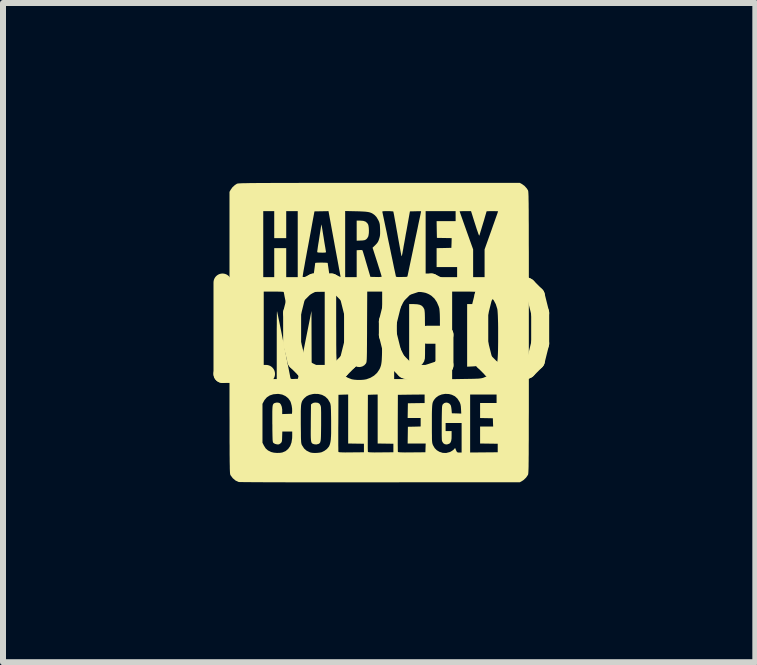
<source format=kicad_pcb>
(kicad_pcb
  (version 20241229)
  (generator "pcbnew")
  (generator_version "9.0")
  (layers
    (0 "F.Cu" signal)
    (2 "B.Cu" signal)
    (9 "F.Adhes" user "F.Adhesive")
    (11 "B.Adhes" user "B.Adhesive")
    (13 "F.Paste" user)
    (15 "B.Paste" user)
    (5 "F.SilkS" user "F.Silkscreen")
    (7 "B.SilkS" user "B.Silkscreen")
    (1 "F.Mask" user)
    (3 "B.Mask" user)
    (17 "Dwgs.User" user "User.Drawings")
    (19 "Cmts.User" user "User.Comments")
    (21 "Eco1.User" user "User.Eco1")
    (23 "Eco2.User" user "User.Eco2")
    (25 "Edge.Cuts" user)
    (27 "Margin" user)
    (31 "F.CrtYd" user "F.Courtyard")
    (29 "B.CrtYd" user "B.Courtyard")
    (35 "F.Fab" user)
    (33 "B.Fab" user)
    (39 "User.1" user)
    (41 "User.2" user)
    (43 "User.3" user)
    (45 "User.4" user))
  (footprint "LOGO"
    (layer "F.Cu")
    (at 3.273 2.496)
    (property "Reference" "LOGO" (at 0 0 0) (layer "F.SilkS") (effects (font (size 1.524 1.524) (thickness 0.3))))
    (attr board_only exclude_from_pos_files exclude_from_bom)
    (fp_poly (pts (xy -0.315 -1.867) (xy -0.265 -1.863) (xy -0.229 -1.851) (xy -0.202 -1.829) (xy -0.186 -1.807) (xy -0.178 -1.781) (xy -0.173 -1.745) (xy -0.171 -1.703) (xy -0.172 -1.66) (xy -0.177 -1.624) (xy -0.184 -1.597) (xy -0.185 -1.596) (xy -0.202 -1.569) (xy -0.22 -1.552) (xy -0.244 -1.541) (xy -0.278 -1.536) (xy -0.305 -1.535) (xy -0.375 -1.532) (xy -0.375 -1.867)) (stroke (width 0) (type solid)) (fill yes) (layer "F.SilkS"))
    (fp_poly (pts (xy -0.964 -1.799) (xy -0.96 -1.785) (xy -0.954 -1.757) (xy -0.947 -1.715) (xy -0.938 -1.658) (xy -0.926 -1.585) (xy -0.925 -1.579) (xy -0.916 -1.52) (xy -0.907 -1.466) (xy -0.899 -1.42) (xy -0.893 -1.383) (xy -0.889 -1.358) (xy -0.887 -1.348) (xy -0.886 -1.341) (xy -0.891 -1.337) (xy -0.906 -1.334) (xy -0.932 -1.333) (xy -0.958 -1.333) (xy -0.994 -1.334) (xy -1.016 -1.335) (xy -1.028 -1.338) (xy -1.033 -1.344) (xy -1.033 -1.348) (xy -1.032 -1.36) (xy -1.028 -1.386) (xy -1.023 -1.424) (xy -1.016 -1.471) (xy -1.007 -1.524) (xy -1 -1.571) (xy -0.991 -1.628) (xy -0.983 -1.681) (xy -0.976 -1.725) (xy -0.971 -1.76) (xy -0.968 -1.783) (xy -0.967 -1.791) (xy -0.966 -1.801)) (stroke (width 0) (type solid)) (fill yes) (layer "F.SilkS"))
    (fp_poly (pts (xy 0.577 -0.475) (xy 0.633 -0.472) (xy 0.675 -0.464) (xy 0.706 -0.45) (xy 0.73 -0.428) (xy 0.743 -0.407) (xy 0.748 -0.398) (xy 0.752 -0.389) (xy 0.755 -0.379) (xy 0.757 -0.365) (xy 0.759 -0.347) (xy 0.761 -0.322) (xy 0.762 -0.29) (xy 0.763 -0.248) (xy 0.763 -0.195) (xy 0.764 -0.13) (xy 0.765 -0.05) (xy 0.765 0.008) (xy 0.766 0.088) (xy 0.766 0.164) (xy 0.766 0.234) (xy 0.765 0.297) (xy 0.765 0.35) (xy 0.764 0.391) (xy 0.763 0.42) (xy 0.763 0.431) (xy 0.749 0.482) (xy 0.721 0.524) (xy 0.698 0.545) (xy 0.684 0.553) (xy 0.666 0.559) (xy 0.64 0.562) (xy 0.603 0.565) (xy 0.587 0.565) (xy 0.5 0.569) (xy 0.5 -0.475)) (stroke (width 0) (type solid)) (fill yes) (layer "F.SilkS"))
    (fp_poly (pts (xy 1.602 -0.472) (xy 1.646 -0.462) (xy 1.679 -0.445) (xy 1.704 -0.418) (xy 1.712 -0.404) (xy 1.716 -0.396) (xy 1.719 -0.387) (xy 1.722 -0.377) (xy 1.724 -0.362) (xy 1.726 -0.343) (xy 1.727 -0.317) (xy 1.728 -0.282) (xy 1.728 -0.239) (xy 1.729 -0.184) (xy 1.729 -0.117) (xy 1.729 -0.036) (xy 1.729 0.046) (xy 1.729 0.14) (xy 1.729 0.22) (xy 1.729 0.285) (xy 1.728 0.339) (xy 1.728 0.381) (xy 1.726 0.414) (xy 1.725 0.439) (xy 1.723 0.458) (xy 1.721 0.472) (xy 1.718 0.482) (xy 1.715 0.491) (xy 1.714 0.494) (xy 1.696 0.522) (xy 1.672 0.542) (xy 1.64 0.555) (xy 1.597 0.562) (xy 1.552 0.565) (xy 1.467 0.569) (xy 1.467 -0.475) (xy 1.544 -0.475)) (stroke (width 0) (type solid)) (fill yes) (layer "F.SilkS"))
    (fp_poly (pts (xy -1.019 1.172) (xy -0.992 1.19) (xy -0.976 1.221) (xy -0.971 1.243) (xy -0.97 1.26) (xy -0.969 1.291) (xy -0.968 1.335) (xy -0.968 1.388) (xy -0.968 1.449) (xy -0.968 1.514) (xy -0.968 1.546) (xy -0.969 1.623) (xy -0.97 1.686) (xy -0.971 1.735) (xy -0.973 1.773) (xy -0.976 1.801) (xy -0.981 1.822) (xy -0.986 1.836) (xy -0.994 1.845) (xy -1.003 1.852) (xy -1.014 1.858) (xy -1.015 1.858) (xy -1.049 1.866) (xy -1.086 1.862) (xy -1.097 1.858) (xy -1.109 1.853) (xy -1.118 1.848) (xy -1.125 1.839) (xy -1.131 1.827) (xy -1.135 1.808) (xy -1.138 1.783) (xy -1.14 1.748) (xy -1.141 1.703) (xy -1.141 1.646) (xy -1.14 1.575) (xy -1.14 1.504) (xy -1.137 1.199) (xy -1.118 1.183) (xy -1.091 1.17) (xy -1.057 1.167)) (stroke (width 0) (type solid)) (fill yes) (layer "F.SilkS"))
    (fp_poly (pts (xy 2.379 -2.478) (xy 2.423 -2.447) (xy 2.461 -2.405) (xy 2.48 -2.375) (xy 2.482 -2.372) (xy 2.483 -2.367) (xy 2.485 -2.362) (xy 2.486 -2.354) (xy 2.487 -2.343) (xy 2.488 -2.33) (xy 2.489 -2.312) (xy 2.49 -2.29) (xy 2.491 -2.263) (xy 2.491 -2.231) (xy 2.492 -2.192) (xy 2.493 -2.146) (xy 2.493 -2.094) (xy 2.494 -2.033) (xy 2.494 -1.964) (xy 2.494 -1.886) (xy 2.495 -1.798) (xy 2.495 -1.7) (xy 2.495 -1.591) (xy 2.495 -1.471) (xy 2.496 -1.338) (xy 2.496 -1.194) (xy 2.496 -1.036) (xy 2.496 -0.864) (xy 2.496 -0.679) (xy 2.496 -0.478) (xy 2.496 -0.262) (xy 2.496 -0.03) (xy 2.496 0) (xy 2.496 0.234) (xy 2.496 0.452) (xy 2.496 0.655) (xy 2.496 0.842) (xy 2.496 1.015) (xy 2.496 1.175) (xy 2.496 1.321) (xy 2.495 1.455) (xy 2.495 1.577) (xy 2.495 1.687) (xy 2.495 1.786) (xy 2.494 1.875) (xy 2.494 1.955) (xy 2.494 2.025) (xy 2.493 2.087) (xy 2.493 2.14) (xy 2.492 2.187) (xy 2.492 2.226) (xy 2.491 2.259) (xy 2.49 2.287) (xy 2.489 2.31) (xy 2.488 2.328) (xy 2.487 2.342) (xy 2.486 2.353) (xy 2.485 2.361) (xy 2.483 2.367) (xy 2.482 2.371) (xy 2.481 2.375) (xy 2.48 2.375) (xy 2.449 2.42) (xy 2.408 2.459) (xy 2.379 2.478) (xy 2.346 2.496) (xy 0.013 2.497) (xy -0.184 2.497) (xy -0.376 2.497) (xy -0.563 2.497) (xy -0.745 2.497) (xy -0.92 2.497) (xy -1.088 2.497) (xy -1.249 2.497) (xy -1.402 2.497) (xy -1.545 2.497) (xy -1.679 2.496) (xy -1.803 2.496) (xy -1.915 2.496) (xy -2.016 2.495) (xy -2.105 2.495) (xy -2.181 2.494) (xy -2.243 2.494) (xy -2.29 2.493) (xy -2.323 2.493) (xy -2.339 2.492) (xy -2.342 2.492) (xy -2.395 2.468) (xy -2.441 2.429) (xy -2.478 2.38) (xy -2.48 2.375) (xy -2.482 2.372) (xy -2.483 2.367) (xy -2.485 2.362) (xy -2.486 2.354) (xy -2.487 2.343) (xy -2.488 2.33) (xy -2.489 2.312) (xy -2.49 2.29) (xy -2.491 2.263) (xy -2.491 2.23) (xy -2.492 2.192) (xy -2.493 2.146) (xy -2.493 2.094) (xy -2.494 2.033) (xy -2.494 1.964) (xy -2.494 1.886) (xy -2.495 1.837) (xy -1.946 1.837) (xy -1.922 1.885) (xy -1.893 1.931) (xy -1.855 1.965) (xy -1.805 1.99) (xy -1.797 1.993) (xy -1.755 2.003) (xy -1.706 2.007) (xy -1.656 2.006) (xy -1.616 2) (xy -1.561 1.977) (xy -1.518 1.941) (xy -1.484 1.893) (xy -1.462 1.833) (xy -1.451 1.761) (xy -1.45 1.723) (xy -1.45 1.65) (xy -1.615 1.65) (xy -1.618 1.738) (xy -1.619 1.778) (xy -1.621 1.804) (xy -1.625 1.821) (xy -1.631 1.833) (xy -1.64 1.843) (xy -1.645 1.847) (xy -1.665 1.861) (xy -1.684 1.866) (xy -1.707 1.864) (xy -1.738 1.856) (xy -1.761 1.842) (xy -1.761 1.842) (xy -1.766 1.837) (xy -1.77 1.831) (xy -1.773 1.822) (xy -1.775 1.808) (xy -1.777 1.789) (xy -1.778 1.761) (xy -1.779 1.724) (xy -1.78 1.675) (xy -1.781 1.614) (xy -1.781 1.537) (xy -1.782 1.527) (xy -1.782 1.444) (xy -1.782 1.375) (xy -1.782 1.366) (xy -1.307 1.366) (xy -1.307 1.439) (xy -1.307 1.527) (xy -1.307 1.53) (xy -1.306 1.611) (xy -1.305 1.677) (xy -1.305 1.73) (xy -1.304 1.771) (xy -1.302 1.803) (xy -1.301 1.827) (xy -1.298 1.844) (xy -1.296 1.857) (xy -1.292 1.868) (xy -1.287 1.878) (xy -1.284 1.883) (xy -1.252 1.933) (xy -1.211 1.969) (xy -1.159 1.995) (xy -1.142 2.001) (xy -1.111 2.006) (xy -1.071 2.008) (xy -1.027 2.006) (xy -0.986 2.001) (xy -0.959 1.995) (xy -0.914 1.973) (xy -0.872 1.942) (xy -0.84 1.904) (xy -0.833 1.891) (xy -0.824 1.87) (xy -0.817 1.846) (xy -0.811 1.816) (xy -0.806 1.779) (xy -0.805 1.754) (xy -0.682 1.754) (xy -0.682 1.822) (xy -0.682 1.88) (xy -0.681 1.928) (xy -0.681 1.963) (xy -0.68 1.984) (xy -0.68 1.989) (xy -0.675 1.993) (xy -0.663 1.995) (xy -0.642 1.997) (xy -0.61 1.998) (xy -0.566 1.999) (xy -0.509 1.998) (xy -0.465 1.998) (xy -0.254 1.996) (xy -0.254 1.854) (xy -0.517 1.85) (xy -0.517 1.754) (xy -0.19 1.754) (xy -0.19 1.822) (xy -0.19 1.88) (xy -0.19 1.928) (xy -0.189 1.963) (xy -0.188 1.984) (xy -0.188 1.989) (xy -0.183 1.993) (xy -0.171 1.995) (xy -0.15 1.997) (xy -0.119 1.998) (xy -0.075 1.999) (xy -0.017 1.998) (xy 0.027 1.998) (xy 0.237 1.996) (xy 0.237 1.854) (xy -0.025 1.85) (xy -0.025 1.754) (xy 0.31 1.754) (xy 0.31 1.822) (xy 0.31 1.881) (xy 0.311 1.928) (xy 0.311 1.963) (xy 0.312 1.984) (xy 0.312 1.99) (xy 0.317 1.993) (xy 0.33 1.995) (xy 0.352 1.997) (xy 0.384 1.998) (xy 0.43 1.999) (xy 0.489 1.998) (xy 0.544 1.998) (xy 0.771 1.996) (xy 0.773 1.923) (xy 0.776 1.85) (xy 0.475 1.85) (xy 0.477 1.71) (xy 0.479 1.571) (xy 0.585 1.569) (xy 0.692 1.566) (xy 0.692 1.521) (xy 0.879 1.521) (xy 0.879 1.602) (xy 0.879 1.668) (xy 0.88 1.721) (xy 0.88 1.763) (xy 0.881 1.795) (xy 0.883 1.819) (xy 0.885 1.837) (xy 0.888 1.851) (xy 0.891 1.862) (xy 0.896 1.873) (xy 0.898 1.879) (xy 0.926 1.927) (xy 0.961 1.962) (xy 1.004 1.988) (xy 1.06 2.006) (xy 1.117 2.008) (xy 1.148 2) (xy 1.517 2) (xy 1.747 1.998) (xy 1.977 1.996) (xy 1.977 1.925) (xy 1.977 1.854) (xy 1.83 1.852) (xy 1.683 1.85) (xy 1.683 1.567) (xy 1.901 1.567) (xy 1.898 1.498) (xy 1.896 1.429) (xy 1.683 1.425) (xy 1.683 1.175) (xy 1.958 1.175) (xy 1.958 1.033) (xy 1.517 1.033) (xy 1.517 2) (xy 1.148 2) (xy 1.173 1.994) (xy 1.19 1.987) (xy 1.217 1.971) (xy 1.24 1.954) (xy 1.249 1.945) (xy 1.266 1.924) (xy 1.282 1.962) (xy 1.293 1.985) (xy 1.303 1.996) (xy 1.319 2) (xy 1.337 2) (xy 1.375 2) (xy 1.375 1.508) (xy 1.108 1.508) (xy 1.108 1.642) (xy 1.208 1.642) (xy 1.208 1.715) (xy 1.207 1.767) (xy 1.201 1.805) (xy 1.191 1.831) (xy 1.175 1.849) (xy 1.166 1.854) (xy 1.13 1.866) (xy 1.096 1.862) (xy 1.069 1.845) (xy 1.051 1.816) (xy 1.046 1.799) (xy 1.045 1.784) (xy 1.044 1.754) (xy 1.043 1.713) (xy 1.043 1.661) (xy 1.043 1.602) (xy 1.043 1.536) (xy 1.043 1.494) (xy 1.044 1.419) (xy 1.045 1.359) (xy 1.046 1.311) (xy 1.047 1.275) (xy 1.048 1.248) (xy 1.05 1.229) (xy 1.053 1.215) (xy 1.056 1.206) (xy 1.061 1.198) (xy 1.063 1.194) (xy 1.087 1.175) (xy 1.117 1.167) (xy 1.148 1.172) (xy 1.175 1.188) (xy 1.192 1.21) (xy 1.198 1.227) (xy 1.203 1.255) (xy 1.207 1.287) (xy 1.212 1.346) (xy 1.291 1.348) (xy 1.369 1.351) (xy 1.365 1.273) (xy 1.362 1.23) (xy 1.356 1.197) (xy 1.347 1.17) (xy 1.339 1.154) (xy 1.305 1.101) (xy 1.263 1.062) (xy 1.211 1.037) (xy 1.164 1.025) (xy 1.103 1.022) (xy 1.044 1.032) (xy 0.991 1.053) (xy 0.947 1.085) (xy 0.925 1.11) (xy 0.914 1.125) (xy 0.905 1.14) (xy 0.897 1.156) (xy 0.891 1.174) (xy 0.887 1.197) (xy 0.884 1.225) (xy 0.882 1.262) (xy 0.88 1.308) (xy 0.879 1.365) (xy 0.879 1.436) (xy 0.879 1.521) (xy 0.692 1.521) (xy 0.692 1.425) (xy 0.475 1.425) (xy 0.479 1.179) (xy 0.619 1.177) (xy 0.758 1.175) (xy 0.758 1.033) (xy 0.535 1.035) (xy 0.312 1.038) (xy 0.31 1.508) (xy 0.31 1.596) (xy 0.31 1.678) (xy 0.31 1.754) (xy -0.025 1.754) (xy -0.025 1.033) (xy -0.106 1.035) (xy -0.188 1.038) (xy -0.19 1.508) (xy -0.19 1.595) (xy -0.19 1.678) (xy -0.19 1.754) (xy -0.517 1.754) (xy -0.517 1.033) (xy -0.598 1.035) (xy -0.679 1.038) (xy -0.681 1.508) (xy -0.682 1.595) (xy -0.682 1.678) (xy -0.682 1.754) (xy -0.805 1.754) (xy -0.803 1.733) (xy -0.801 1.676) (xy -0.801 1.608) (xy -0.801 1.525) (xy -0.801 1.472) (xy -0.802 1.398) (xy -0.803 1.338) (xy -0.804 1.292) (xy -0.806 1.256) (xy -0.807 1.228) (xy -0.81 1.208) (xy -0.813 1.192) (xy -0.816 1.18) (xy -0.821 1.168) (xy -0.824 1.163) (xy -0.856 1.109) (xy -0.9 1.067) (xy -0.953 1.039) (xy -1.014 1.024) (xy -1.082 1.022) (xy -1.11 1.026) (xy -1.166 1.04) (xy -1.211 1.062) (xy -1.25 1.096) (xy -1.252 1.098) (xy -1.265 1.114) (xy -1.277 1.13) (xy -1.286 1.146) (xy -1.293 1.166) (xy -1.299 1.19) (xy -1.303 1.22) (xy -1.305 1.259) (xy -1.307 1.307) (xy -1.307 1.366) (xy -1.782 1.366) (xy -1.782 1.32) (xy -1.781 1.277) (xy -1.779 1.244) (xy -1.776 1.22) (xy -1.771 1.203) (xy -1.765 1.191) (xy -1.758 1.184) (xy -1.749 1.178) (xy -1.745 1.176) (xy -1.716 1.168) (xy -1.685 1.168) (xy -1.66 1.176) (xy -1.656 1.178) (xy -1.638 1.202) (xy -1.624 1.238) (xy -1.617 1.283) (xy -1.617 1.304) (xy -1.617 1.359) (xy -1.454 1.354) (xy -1.451 1.312) (xy -1.452 1.268) (xy -1.459 1.219) (xy -1.471 1.173) (xy -1.483 1.142) (xy -1.517 1.095) (xy -1.562 1.059) (xy -1.616 1.034) (xy -1.678 1.023) (xy -1.695 1.023) (xy -1.765 1.029) (xy -1.824 1.048) (xy -1.873 1.08) (xy -1.912 1.125) (xy -1.923 1.145) (xy -1.946 1.188) (xy -1.946 1.837) (xy -2.495 1.837) (xy -2.495 1.798) (xy -2.495 1.7) (xy -2.495 1.591) (xy -2.495 1.471) (xy -2.496 1.338) (xy -2.496 1.194) (xy -2.496 1.036) (xy -2.496 0.864) (xy -2.496 0.775) (xy -1.925 0.775) (xy -1.708 0.775) (xy -1.708 0.207) (xy -1.708 0.111) (xy -1.708 0.021) (xy -1.708 -0.063) (xy -1.707 -0.139) (xy -1.707 -0.205) (xy -1.706 -0.262) (xy -1.706 -0.306) (xy -1.705 -0.337) (xy -1.704 -0.354) (xy -1.704 -0.356) (xy -1.701 -0.348) (xy -1.696 -0.324) (xy -1.688 -0.286) (xy -1.678 -0.237) (xy -1.665 -0.176) (xy -1.651 -0.106) (xy -1.635 -0.027) (xy -1.618 0.058) (xy -1.6 0.149) (xy -1.591 0.193) (xy -1.573 0.286) (xy -1.555 0.375) (xy -1.539 0.458) (xy -1.524 0.534) (xy -1.51 0.601) (xy -1.499 0.658) (xy -1.49 0.703) (xy -1.484 0.735) (xy -1.48 0.754) (xy -1.479 0.757) (xy -1.476 0.766) (xy -1.468 0.772) (xy -1.454 0.774) (xy -1.428 0.774) (xy -1.415 0.773) (xy -1.355 0.771) (xy -1.242 0.205) (xy -1.129 -0.36) (xy -1.127 0.207) (xy -1.125 0.775) (xy -0.908 0.775) (xy -0.908 -0.683) (xy -0.717 -0.683) (xy -0.717 -0.106) (xy -0.716 0.012) (xy -0.716 0.114) (xy -0.716 0.203) (xy -0.715 0.278) (xy -0.715 0.342) (xy -0.713 0.396) (xy -0.711 0.44) (xy -0.709 0.476) (xy -0.706 0.506) (xy -0.703 0.53) (xy -0.698 0.551) (xy -0.693 0.568) (xy -0.687 0.584) (xy -0.68 0.599) (xy -0.674 0.61) (xy -0.636 0.667) (xy -0.585 0.715) (xy -0.524 0.753) (xy -0.456 0.779) (xy -0.414 0.786) (xy -0.362 0.79) (xy -0.307 0.79) (xy -0.255 0.786) (xy -0.214 0.779) (xy -0.145 0.754) (xy -0.085 0.718) (xy -0.035 0.672) (xy 0.001 0.619) (xy 0.004 0.613) (xy 0.013 0.596) (xy 0.02 0.578) (xy 0.026 0.561) (xy 0.032 0.541) (xy 0.036 0.518) (xy 0.04 0.491) (xy 0.043 0.458) (xy 0.045 0.418) (xy 0.047 0.37) (xy 0.048 0.312) (xy 0.049 0.244) (xy 0.049 0.163) (xy 0.05 0.07) (xy 0.05 -0.039) (xy 0.05 -0.115) (xy 0.05 -0.683) (xy 0.25 -0.683) (xy 0.25 0.775) (xy 0.452 0.775) (xy 0.512 0.775) (xy 0.569 0.774) (xy 0.621 0.772) (xy 0.664 0.77) (xy 0.695 0.768) (xy 0.707 0.766) (xy 0.785 0.747) (xy 0.851 0.716) (xy 0.907 0.672) (xy 0.95 0.617) (xy 0.983 0.549) (xy 1.005 0.469) (xy 1.005 0.469) (xy 1.008 0.45) (xy 1.01 0.428) (xy 1.012 0.402) (xy 1.014 0.37) (xy 1.015 0.33) (xy 1.016 0.281) (xy 1.016 0.22) (xy 1.016 0.148) (xy 1.015 0.061) (xy 1.015 0.01) (xy 1.014 -0.081) (xy 1.013 -0.157) (xy 1.013 -0.219) (xy 1.012 -0.27) (xy 1.011 -0.31) (xy 1.009 -0.342) (xy 1.007 -0.367) (xy 1.005 -0.387) (xy 1.003 -0.402) (xy 0.999 -0.416) (xy 0.995 -0.429) (xy 0.994 -0.433) (xy 0.962 -0.507) (xy 0.922 -0.567) (xy 0.871 -0.614) (xy 0.83 -0.639) (xy 0.803 -0.651) (xy 0.775 -0.662) (xy 0.743 -0.669) (xy 0.706 -0.675) (xy 0.661 -0.679) (xy 0.605 -0.682) (xy 0.537 -0.683) (xy 0.465 -0.683) (xy 0.25 -0.683) (xy 1.217 -0.683) (xy 1.217 0.777) (xy 1.452 0.773) (xy 1.522 0.772) (xy 1.578 0.771) (xy 1.622 0.769) (xy 1.655 0.768) (xy 1.682 0.765) (xy 1.703 0.762) (xy 1.721 0.758) (xy 1.739 0.753) (xy 1.743 0.751) (xy 1.793 0.73) (xy 1.842 0.7) (xy 1.883 0.666) (xy 1.894 0.655) (xy 1.913 0.628) (xy 1.932 0.59) (xy 1.951 0.546) (xy 1.965 0.501) (xy 1.971 0.478) (xy 1.974 0.453) (xy 1.977 0.413) (xy 1.98 0.36) (xy 1.982 0.298) (xy 1.983 0.229) (xy 1.984 0.154) (xy 1.984 0.075) (xy 1.984 -0.004) (xy 1.984 -0.081) (xy 1.983 -0.156) (xy 1.981 -0.224) (xy 1.979 -0.285) (xy 1.976 -0.335) (xy 1.973 -0.373) (xy 1.97 -0.394) (xy 1.945 -0.473) (xy 1.91 -0.539) (xy 1.865 -0.592) (xy 1.81 -0.632) (xy 1.799 -0.638) (xy 1.771 -0.651) (xy 1.743 -0.661) (xy 1.711 -0.669) (xy 1.674 -0.675) (xy 1.63 -0.679) (xy 1.575 -0.681) (xy 1.509 -0.683) (xy 1.431 -0.683) (xy 1.217 -0.683) (xy 0.25 -0.683) (xy 0.05 -0.683) (xy -0.199 -0.683) (xy -0.202 -0.098) (xy -0.202 0.015) (xy -0.203 0.113) (xy -0.203 0.196) (xy -0.204 0.266) (xy -0.204 0.324) (xy -0.205 0.372) (xy -0.206 0.41) (xy -0.207 0.441) (xy -0.209 0.464) (xy -0.21 0.481) (xy -0.212 0.493) (xy -0.215 0.502) (xy -0.217 0.509) (xy -0.221 0.515) (xy -0.221 0.516) (xy -0.248 0.546) (xy -0.283 0.566) (xy -0.323 0.575) (xy -0.364 0.572) (xy -0.402 0.558) (xy -0.433 0.534) (xy -0.446 0.517) (xy -0.449 0.511) (xy -0.452 0.504) (xy -0.454 0.495) (xy -0.456 0.483) (xy -0.458 0.467) (xy -0.459 0.444) (xy -0.46 0.416) (xy -0.461 0.379) (xy -0.462 0.332) (xy -0.463 0.276) (xy -0.463 0.208) (xy -0.464 0.126) (xy -0.464 0.031) (xy -0.465 -0.079) (xy -0.465 -0.098) (xy -0.467 -0.683) (xy -0.717 -0.683) (xy -0.908 -0.683) (xy -0.908 -0.684) (xy -1.073 -0.681) (xy -1.237 -0.679) (xy -1.326 -0.254) (xy -1.343 -0.173) (xy -1.359 -0.098) (xy -1.374 -0.029) (xy -1.387 0.031) (xy -1.399 0.081) (xy -1.408 0.12) (xy -1.415 0.146) (xy -1.418 0.158) (xy -1.419 0.158) (xy -1.422 0.148) (xy -1.427 0.123) (xy -1.435 0.086) (xy -1.445 0.039) (xy -1.457 -0.018) (xy -1.47 -0.081) (xy -1.484 -0.148) (xy -1.499 -0.219) (xy -1.513 -0.291) (xy -1.528 -0.362) (xy -1.542 -0.43) (xy -1.555 -0.494) (xy -1.567 -0.551) (xy -1.577 -0.6) (xy -1.584 -0.638) (xy -1.589 -0.664) (xy -1.592 -0.677) (xy -1.592 -0.677) (xy -1.6 -0.679) (xy -1.622 -0.681) (xy -1.655 -0.682) (xy -1.698 -0.683) (xy -1.748 -0.683) (xy -1.758 -0.683) (xy -1.925 -0.683) (xy -1.925 0.775) (xy -2.496 0.775) (xy -2.496 0.679) (xy -2.496 0.478) (xy -2.496 0.262) (xy -2.496 0.03) (xy -2.496 -0.925) (xy -1.933 -0.925) (xy -1.75 -0.925) (xy -1.75 -1.408) (xy -1.55 -1.408) (xy -1.55 -0.925) (xy -1.358 -0.925) (xy -1.358 -0.933) (xy -1.276 -0.933) (xy -1.276 -0.929) (xy -1.276 -0.929) (xy -1.267 -0.927) (xy -1.244 -0.926) (xy -1.213 -0.925) (xy -1.186 -0.925) (xy -1.148 -0.925) (xy -1.123 -0.926) (xy -1.108 -0.929) (xy -1.1 -0.933) (xy -1.097 -0.941) (xy -1.096 -0.944) (xy -1.094 -0.959) (xy -1.09 -0.985) (xy -1.085 -1.019) (xy -1.08 -1.056) (xy -1.075 -1.093) (xy -1.071 -1.125) (xy -1.068 -1.149) (xy -1.067 -1.16) (xy -1.067 -1.16) (xy -1.059 -1.163) (xy -1.038 -1.165) (xy -1.006 -1.166) (xy -0.967 -1.167) (xy -0.963 -1.167) (xy -0.923 -1.166) (xy -0.89 -1.165) (xy -0.868 -1.163) (xy -0.858 -1.161) (xy -0.858 -1.16) (xy -0.857 -1.15) (xy -0.854 -1.127) (xy -0.849 -1.094) (xy -0.843 -1.054) (xy -0.842 -1.046) (xy -0.836 -1.005) (xy -0.831 -0.97) (xy -0.827 -0.945) (xy -0.825 -0.932) (xy -0.825 -0.931) (xy -0.817 -0.929) (xy -0.796 -0.927) (xy -0.765 -0.925) (xy -0.733 -0.925) (xy -0.693 -0.925) (xy -0.666 -0.926) (xy -0.651 -0.928) (xy -0.645 -0.932) (xy -0.644 -0.938) (xy -0.645 -0.94) (xy -0.647 -0.95) (xy -0.652 -0.976) (xy -0.659 -1.015) (xy -0.669 -1.066) (xy -0.68 -1.128) (xy -0.693 -1.199) (xy -0.708 -1.279) (xy -0.724 -1.365) (xy -0.741 -1.456) (xy -0.747 -1.49) (xy -0.845 -2.025) (xy -0.962 -2.023) (xy -1.079 -2.021) (xy -1.111 -1.85) (xy -1.137 -1.705) (xy -1.161 -1.576) (xy -1.182 -1.462) (xy -1.201 -1.362) (xy -1.217 -1.274) (xy -1.231 -1.199) (xy -1.242 -1.135) (xy -1.252 -1.081) (xy -1.26 -1.037) (xy -1.266 -1.002) (xy -1.27 -0.975) (xy -1.273 -0.955) (xy -1.275 -0.941) (xy -1.276 -0.933) (xy -1.358 -0.933) (xy -1.358 -2.025) (xy -1.55 -2.025) (xy -1.55 -1.575) (xy -1.75 -1.575) (xy -1.75 -2.025) (xy -1.933 -2.025) (xy -1.933 -0.925) (xy -2.496 -0.925) (xy -2.496 -2.027) (xy -0.567 -2.027) (xy -0.567 -0.925) (xy -0.375 -0.925) (xy 0.775 -0.925) (xy 1.3 -0.925) (xy 1.3 -1.092) (xy 0.958 -1.092) (xy 0.958 -1.408) (xy 1.081 -1.41) (xy 1.204 -1.413) (xy 1.207 -1.494) (xy 1.209 -1.575) (xy 1.086 -1.577) (xy 0.963 -1.579) (xy 0.96 -1.719) (xy 0.958 -1.858) (xy 1.275 -1.858) (xy 1.275 -2.022) (xy 1.342 -2.022) (xy 1.344 -2.014) (xy 1.352 -1.992) (xy 1.364 -1.957) (xy 1.38 -1.912) (xy 1.399 -1.858) (xy 1.421 -1.796) (xy 1.445 -1.729) (xy 1.454 -1.703) (xy 1.567 -1.387) (xy 1.567 -0.925) (xy 1.758 -0.925) (xy 1.758 -1.156) (xy 1.758 -1.387) (xy 1.871 -1.703) (xy 1.895 -1.772) (xy 1.918 -1.836) (xy 1.938 -1.893) (xy 1.955 -1.941) (xy 1.969 -1.98) (xy 1.978 -2.007) (xy 1.983 -2.02) (xy 1.983 -2.022) (xy 1.976 -2.023) (xy 1.954 -2.024) (xy 1.923 -2.025) (xy 1.887 -2.025) (xy 1.85 -2.025) (xy 1.819 -2.024) (xy 1.799 -2.023) (xy 1.792 -2.022) (xy 1.789 -2.014) (xy 1.783 -1.992) (xy 1.773 -1.959) (xy 1.761 -1.918) (xy 1.748 -1.872) (xy 1.733 -1.823) (xy 1.718 -1.774) (xy 1.704 -1.727) (xy 1.691 -1.686) (xy 1.681 -1.651) (xy 1.674 -1.628) (xy 1.67 -1.617) (xy 1.666 -1.62) (xy 1.657 -1.639) (xy 1.645 -1.674) (xy 1.627 -1.725) (xy 1.606 -1.791) (xy 1.58 -1.872) (xy 1.554 -1.956) (xy 1.532 -2.025) (xy 1.437 -2.025) (xy 1.399 -2.025) (xy 1.369 -2.024) (xy 1.348 -2.023) (xy 1.342 -2.022) (xy 1.275 -2.022) (xy 1.275 -2.025) (xy 0.775 -2.025) (xy 0.775 -0.925) (xy -0.375 -0.925) (xy -0.375 -1.373) (xy -0.328 -1.376) (xy -0.299 -1.377) (xy -0.283 -1.374) (xy -0.276 -1.367) (xy -0.273 -1.356) (xy -0.265 -1.331) (xy -0.254 -1.294) (xy -0.24 -1.249) (xy -0.225 -1.196) (xy -0.209 -1.142) (xy -0.146 -0.929) (xy -0.052 -0.927) (xy -0.007 -0.926) (xy 0.023 -0.928) (xy 0.039 -0.931) (xy 0.042 -0.934) (xy 0.039 -0.944) (xy 0.032 -0.968) (xy 0.021 -1.003) (xy 0.007 -1.049) (xy -0.01 -1.102) (xy -0.028 -1.16) (xy -0.034 -1.179) (xy -0.11 -1.415) (xy -0.064 -1.459) (xy -0.038 -1.487) (xy -0.021 -1.511) (xy -0.008 -1.539) (xy 0.000265 -1.565) (xy 0.009 -1.595) (xy 0.014 -1.623) (xy 0.016 -1.653) (xy 0.016 -1.691) (xy 0.015 -1.725) (xy 0.013 -1.768) (xy 0.011 -1.799) (xy 0.006 -1.823) (xy -0.000486 -1.845) (xy -0.011 -1.868) (xy -0.017 -1.88) (xy -0.045 -1.927) (xy -0.076 -1.96) (xy -0.082 -1.964) (xy -0.105 -1.981) (xy -0.129 -1.994) (xy -0.156 -2.004) (xy -0.187 -2.011) (xy -0.197 -2.012) (xy 0.053 -2.012) (xy 0.053 -2.01) (xy 0.056 -2) (xy 0.061 -1.974) (xy 0.069 -1.936) (xy 0.08 -1.885) (xy 0.093 -1.823) (xy 0.108 -1.752) (xy 0.125 -1.673) (xy 0.142 -1.588) (xy 0.161 -1.498) (xy 0.167 -1.471) (xy 0.186 -1.38) (xy 0.204 -1.293) (xy 0.221 -1.213) (xy 0.236 -1.14) (xy 0.249 -1.076) (xy 0.261 -1.022) (xy 0.27 -0.98) (xy 0.276 -0.951) (xy 0.279 -0.936) (xy 0.279 -0.935) (xy 0.286 -0.93) (xy 0.302 -0.927) (xy 0.33 -0.926) (xy 0.372 -0.927) (xy 0.376 -0.927) (xy 0.47 -0.929) (xy 0.585 -1.475) (xy 0.604 -1.568) (xy 0.623 -1.656) (xy 0.64 -1.737) (xy 0.655 -1.811) (xy 0.669 -1.877) (xy 0.681 -1.931) (xy 0.69 -1.975) (xy 0.696 -2.005) (xy 0.699 -2.021) (xy 0.7 -2.023) (xy 0.692 -2.024) (xy 0.671 -2.024) (xy 0.64 -2.024) (xy 0.606 -2.023) (xy 0.513 -2.021) (xy 0.457 -1.708) (xy 0.443 -1.635) (xy 0.431 -1.564) (xy 0.419 -1.498) (xy 0.408 -1.44) (xy 0.4 -1.39) (xy 0.393 -1.353) (xy 0.389 -1.329) (xy 0.383 -1.3) (xy 0.378 -1.281) (xy 0.374 -1.274) (xy 0.373 -1.275) (xy 0.37 -1.286) (xy 0.365 -1.311) (xy 0.358 -1.349) (xy 0.349 -1.399) (xy 0.338 -1.458) (xy 0.326 -1.524) (xy 0.313 -1.597) (xy 0.304 -1.65) (xy 0.29 -1.726) (xy 0.278 -1.796) (xy 0.266 -1.86) (xy 0.256 -1.915) (xy 0.248 -1.961) (xy 0.241 -1.994) (xy 0.237 -2.014) (xy 0.236 -2.019) (xy 0.227 -2.021) (xy 0.204 -2.023) (xy 0.172 -2.025) (xy 0.141 -2.025) (xy 0.101 -2.025) (xy 0.074 -2.024) (xy 0.059 -2.022) (xy 0.053 -2.018) (xy 0.053 -2.012) (xy -0.197 -2.012) (xy -0.227 -2.016) (xy -0.276 -2.019) (xy -0.338 -2.022) (xy -0.385 -2.023) (xy -0.567 -2.027) (xy -2.496 -2.027) (xy -2.496 -2.346) (xy -2.478 -2.379) (xy -2.447 -2.423) (xy -2.405 -2.461) (xy -2.375 -2.48) (xy -2.372 -2.482) (xy -2.367 -2.483) (xy -2.362 -2.485) (xy -2.354 -2.486) (xy -2.343 -2.487) (xy -2.33 -2.488) (xy -2.312 -2.489) (xy -2.29 -2.49) (xy -2.263 -2.491) (xy -2.231 -2.491) (xy -2.192 -2.492) (xy -2.146 -2.493) (xy -2.094 -2.493) (xy -2.033 -2.494) (xy -1.964 -2.494) (xy -1.886 -2.494) (xy -1.798 -2.495) (xy -1.7 -2.495) (xy -1.591 -2.495) (xy -1.471 -2.495) (xy -1.338 -2.496) (xy -1.194 -2.496) (xy -1.036 -2.496) (xy -0.864 -2.496) (xy -0.679 -2.496) (xy -0.478 -2.496) (xy -0.262 -2.496) (xy -0.03 -2.496) (xy 2.346 -2.496)) (stroke (width 0) (type solid)) (fill yes) (layer "F.SilkS")))
  (gr_rect
    (start -3 -3)
    (end 9.546 7.993)
    (stroke (width 0.1) (type default))
    (fill no)
    (layer "Edge.Cuts")))
</source>
